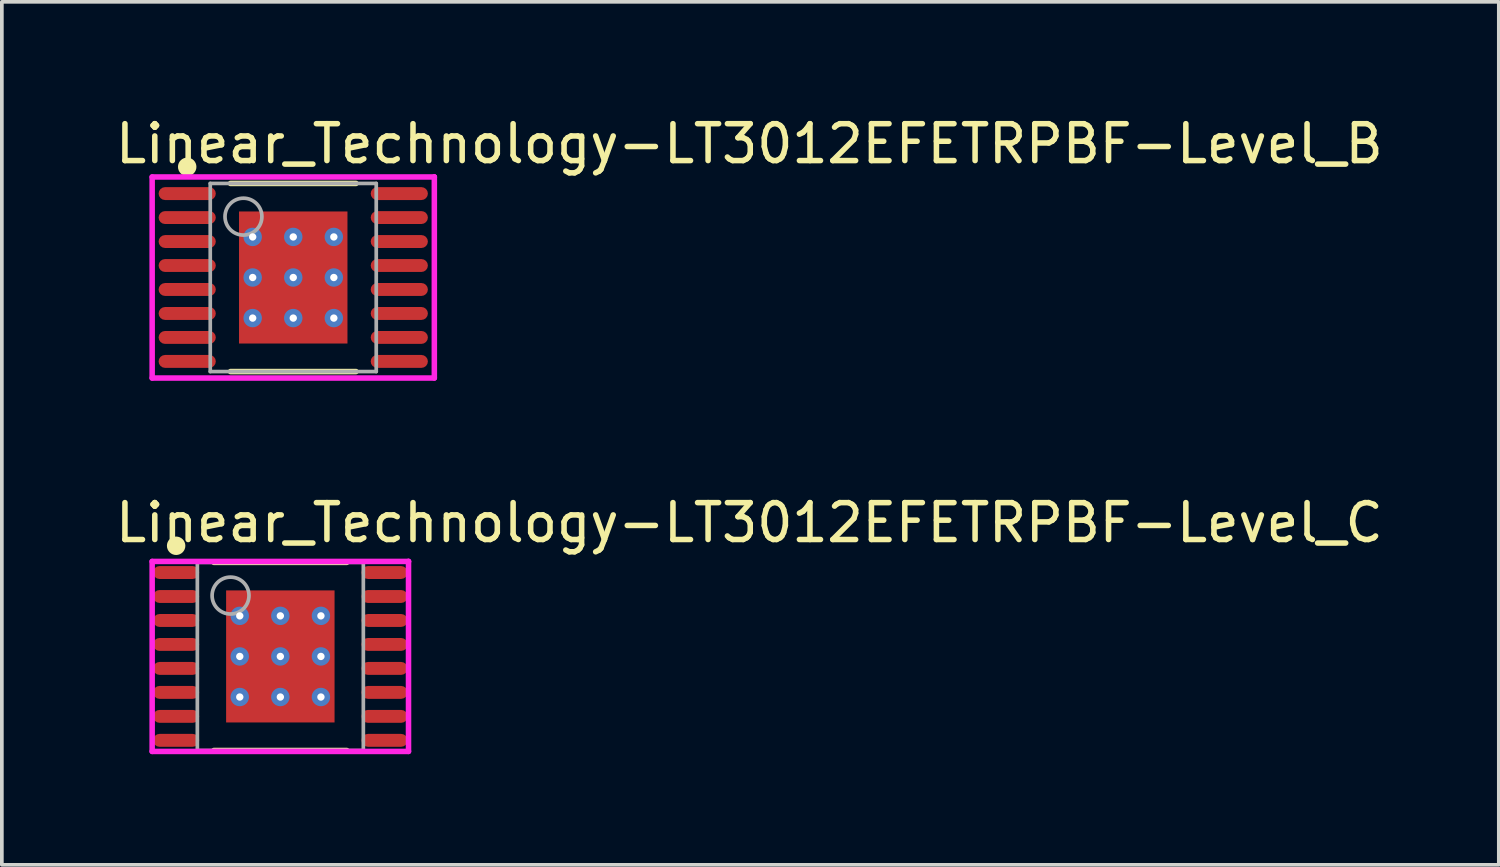
<source format=kicad_pcb>
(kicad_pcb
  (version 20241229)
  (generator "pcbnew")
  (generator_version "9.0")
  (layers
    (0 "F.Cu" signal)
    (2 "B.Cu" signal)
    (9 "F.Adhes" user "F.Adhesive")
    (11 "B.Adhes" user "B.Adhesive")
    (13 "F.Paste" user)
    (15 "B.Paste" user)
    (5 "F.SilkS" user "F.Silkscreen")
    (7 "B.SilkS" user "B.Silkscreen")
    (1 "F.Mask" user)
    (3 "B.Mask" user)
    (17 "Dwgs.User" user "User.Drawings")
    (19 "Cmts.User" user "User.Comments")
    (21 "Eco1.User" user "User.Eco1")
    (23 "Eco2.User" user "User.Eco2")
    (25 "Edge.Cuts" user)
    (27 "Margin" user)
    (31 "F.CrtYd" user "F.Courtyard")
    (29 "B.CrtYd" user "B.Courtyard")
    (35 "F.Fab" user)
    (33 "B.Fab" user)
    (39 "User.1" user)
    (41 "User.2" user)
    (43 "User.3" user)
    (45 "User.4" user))
  (footprint "Linear_Technology-LT3012EFETRPBF-Level_B"
    (layer "F.Cu")
    (at 4.9 4.473)
    (property "Reference" "Linear_Technology-LT3012EFETRPBF-Level_B" (at -4.9 -3.625 0) (layer "F.SilkS") (effects (font (size 1 1) (thickness 0.15)) (justify left)))
    (attr through_hole)
    (fp_line (start -1.7 -2.55) (end 1.7 -2.55) (stroke (width 0.15) (type solid)) (layer "F.SilkS"))
    (fp_line (start -1.7 2.55) (end 1.7 2.55) (stroke (width 0.15) (type solid)) (layer "F.SilkS"))
    (fp_circle (center -2.875 -3) (end -2.75 -3) (stroke (width 0.25) (type solid)) (fill no) (layer "F.SilkS"))
    (fp_line (start -3.825 -2.725) (end -3.825 2.725) (stroke (width 0.15) (type solid)) (layer "F.CrtYd"))
    (fp_line (start -3.825 2.725) (end 3.825 2.725) (stroke (width 0.15) (type solid)) (layer "F.CrtYd"))
    (fp_line (start 3.825 -2.725) (end -3.825 -2.725) (stroke (width 0.15) (type solid)) (layer "F.CrtYd"))
    (fp_line (start 3.825 -2.725) (end 3.825 -2.725) (stroke (width 0.15) (type solid)) (layer "F.CrtYd"))
    (fp_line (start 3.825 2.725) (end 3.825 -2.725) (stroke (width 0.15) (type solid)) (layer "F.CrtYd"))
    (fp_line (start -2.25 -2.55) (end 2.25 -2.55) (stroke (width 0.1) (type solid)) (layer "F.Fab"))
    (fp_line (start -2.25 2.55) (end -2.25 -2.55) (stroke (width 0.1) (type solid)) (layer "F.Fab"))
    (fp_line (start -2.25 2.55) (end 2.25 2.55) (stroke (width 0.1) (type solid)) (layer "F.Fab"))
    (fp_line (start 2.25 2.55) (end 2.25 -2.55) (stroke (width 0.1) (type solid)) (layer "F.Fab"))
    (fp_circle (center -1.35 -1.65) (end -0.85 -1.65) (stroke (width 0.1) (type solid)) (fill no) (layer "F.Fab"))
    (pad "1" smd roundrect (at -2.875 -0.975 270) (size 0.35 1.55) (layers "F.Cu" "F.Mask" "F.Paste") (roundrect_rratio 0.5))
    (pad "1" smd roundrect (at -2.875 -0.325 270) (size 0.35 1.55) (layers "F.Cu" "F.Mask" "F.Paste") (roundrect_rratio 0.5))
    (pad "2" smd roundrect (at -2.875 0.325 270) (size 0.35 1.55) (layers "F.Cu" "F.Mask" "F.Paste") (roundrect_rratio 0.5))
    (pad "3" smd roundrect (at -2.875 -2.275 270) (size 0.35 1.55) (layers "F.Cu" "F.Mask" "F.Paste") (roundrect_rratio 0.5))
    (pad "3" smd roundrect (at -2.875 0.975 270) (size 0.35 1.55) (layers "F.Cu" "F.Mask" "F.Paste") (roundrect_rratio 0.5))
    (pad "3" smd roundrect (at -2.875 2.275 270) (size 0.35 1.55) (layers "F.Cu" "F.Mask" "F.Paste") (roundrect_rratio 0.5))
    (pad "3" smd rect (at 0.000001 0) (size 2.94 3.58) (layers "F.Cu" "F.Mask" "F.Paste"))
    (pad "3" smd roundrect (at 2.875 -2.275 270) (size 0.35 1.55) (layers "F.Cu" "F.Mask" "F.Paste") (roundrect_rratio 0.5))
    (pad "3" smd roundrect (at 2.875 2.275 270) (size 0.35 1.55) (layers "F.Cu" "F.Mask" "F.Paste") (roundrect_rratio 0.5))
    (pad "4" smd roundrect (at 2.875 0.975 270) (size 0.35 1.55) (layers "F.Cu" "F.Mask" "F.Paste") (roundrect_rratio 0.5))
    (pad "5" smd roundrect (at 2.875 -0.975 270) (size 0.35 1.55) (layers "F.Cu" "F.Mask" "F.Paste") (roundrect_rratio 0.5))
    (pad "5" smd roundrect (at 2.875 -0.325 270) (size 0.35 1.55) (layers "F.Cu" "F.Mask" "F.Paste") (roundrect_rratio 0.5))
    (pad "6" smd roundrect (at -2.875 -1.625 270) (size 0.35 1.55) (layers "F.Cu" "F.Mask" "F.Paste") (roundrect_rratio 0.5))
    (pad "6" smd roundrect (at -2.875 1.625 270) (size 0.35 1.55) (layers "F.Cu" "F.Mask" "F.Paste") (roundrect_rratio 0.5))
    (pad "6" smd roundrect (at 2.875 -1.625 270) (size 0.35 1.55) (layers "F.Cu" "F.Mask" "F.Paste") (roundrect_rratio 0.5))
    (pad "6" smd roundrect (at 2.875 0.325 270) (size 0.35 1.55) (layers "F.Cu" "F.Mask" "F.Paste") (roundrect_rratio 0.5))
    (pad "6" smd roundrect (at 2.875 1.625 270) (size 0.35 1.55) (layers "F.Cu" "F.Mask" "F.Paste") (roundrect_rratio 0.5))
    (pad "~" thru_hole circle (at -1.1 -1.1) (size 0.5 0.5) (drill 0.2) (layers "*.Cu"))
    (pad "~" thru_hole circle (at -1.1 0) (size 0.5 0.5) (drill 0.2) (layers "*.Cu"))
    (pad "~" thru_hole circle (at -1.1 1.1) (size 0.5 0.5) (drill 0.2) (layers "*.Cu"))
    (pad "~" thru_hole circle (at 0 -1.1) (size 0.5 0.5) (drill 0.2) (layers "*.Cu"))
    (pad "~" thru_hole circle (at 0 0) (size 0.5 0.5) (drill 0.2) (layers "*.Cu"))
    (pad "~" thru_hole circle (at 0 1.1) (size 0.5 0.5) (drill 0.2) (layers "*.Cu"))
    (pad "~" thru_hole circle (at 1.1 -1.1) (size 0.5 0.5) (drill 0.2) (layers "*.Cu"))
    (pad "~" thru_hole circle (at 1.1 0) (size 0.5 0.5) (drill 0.2) (layers "*.Cu"))
    (pad "~" thru_hole circle (at 1.1 1.1) (size 0.5 0.5) (drill 0.2) (layers "*.Cu")))
  (footprint "Linear_Technology-LT3012EFETRPBF-Level_C"
    (layer "F.Cu")
    (at 4.55 14.746)
    (property "Reference" "Linear_Technology-LT3012EFETRPBF-Level_C" (at -4.55 -3.625 0) (layer "F.SilkS") (effects (font (size 1 1) (thickness 0.15)) (justify left)))
    (attr through_hole)
    (fp_line (start -1.8 -2.55) (end 1.8 -2.55) (stroke (width 0.15) (type solid)) (layer "F.SilkS"))
    (fp_line (start -1.8 2.55) (end 1.8 2.55) (stroke (width 0.15) (type solid)) (layer "F.SilkS"))
    (fp_circle (center -2.825 -3) (end -2.7 -3) (stroke (width 0.25) (type solid)) (fill no) (layer "F.SilkS"))
    (fp_line (start -3.475 -2.575) (end -3.475 2.575) (stroke (width 0.15) (type solid)) (layer "F.CrtYd"))
    (fp_line (start -3.475 2.575) (end 3.475 2.575) (stroke (width 0.15) (type solid)) (layer "F.CrtYd"))
    (fp_line (start 3.475 -2.575) (end -3.475 -2.575) (stroke (width 0.15) (type solid)) (layer "F.CrtYd"))
    (fp_line (start 3.475 -2.575) (end 3.475 -2.575) (stroke (width 0.15) (type solid)) (layer "F.CrtYd"))
    (fp_line (start 3.475 2.575) (end 3.475 -2.575) (stroke (width 0.15) (type solid)) (layer "F.CrtYd"))
    (fp_line (start -2.25 -2.55) (end 2.25 -2.55) (stroke (width 0.1) (type solid)) (layer "F.Fab"))
    (fp_line (start -2.25 2.55) (end -2.25 -2.55) (stroke (width 0.1) (type solid)) (layer "F.Fab"))
    (fp_line (start -2.25 2.55) (end 2.25 2.55) (stroke (width 0.1) (type solid)) (layer "F.Fab"))
    (fp_line (start 2.25 2.55) (end 2.25 -2.55) (stroke (width 0.1) (type solid)) (layer "F.Fab"))
    (fp_circle (center -1.35 -1.65) (end -0.85 -1.65) (stroke (width 0.1) (type solid)) (fill no) (layer "F.Fab"))
    (pad "1" smd roundrect (at -2.825 -2.275 270) (size 0.35 1.25) (layers "F.Cu" "F.Mask" "F.Paste") (roundrect_rratio 0.5))
    (pad "2" smd roundrect (at -2.825 -1.625 270) (size 0.35 1.25) (layers "F.Cu" "F.Mask" "F.Paste") (roundrect_rratio 0.5))
    (pad "3" smd roundrect (at -2.825 -0.975 270) (size 0.35 1.25) (layers "F.Cu" "F.Mask" "F.Paste") (roundrect_rratio 0.5))
    (pad "4" smd roundrect (at -2.825 -0.325 270) (size 0.35 1.25) (layers "F.Cu" "F.Mask" "F.Paste") (roundrect_rratio 0.5))
    (pad "5" smd roundrect (at -2.825 0.325 270) (size 0.35 1.25) (layers "F.Cu" "F.Mask" "F.Paste") (roundrect_rratio 0.5))
    (pad "6" smd roundrect (at -2.825 0.975 270) (size 0.35 1.25) (layers "F.Cu" "F.Mask" "F.Paste") (roundrect_rratio 0.5))
    (pad "7" smd roundrect (at -2.825 1.625 270) (size 0.35 1.25) (layers "F.Cu" "F.Mask" "F.Paste") (roundrect_rratio 0.5))
    (pad "8" smd roundrect (at -2.825 2.275 270) (size 0.35 1.25) (layers "F.Cu" "F.Mask" "F.Paste") (roundrect_rratio 0.5))
    (pad "9" smd roundrect (at 2.825 2.275 270) (size 0.35 1.25) (layers "F.Cu" "F.Mask" "F.Paste") (roundrect_rratio 0.5))
    (pad "10" smd roundrect (at 2.825 1.625 270) (size 0.35 1.25) (layers "F.Cu" "F.Mask" "F.Paste") (roundrect_rratio 0.5))
    (pad "11" smd roundrect (at 2.825 0.975 270) (size 0.35 1.25) (layers "F.Cu" "F.Mask" "F.Paste") (roundrect_rratio 0.5))
    (pad "12" smd roundrect (at 2.825 0.325 270) (size 0.35 1.25) (layers "F.Cu" "F.Mask" "F.Paste") (roundrect_rratio 0.5))
    (pad "13" smd roundrect (at 2.825 -0.325 270) (size 0.35 1.25) (layers "F.Cu" "F.Mask" "F.Paste") (roundrect_rratio 0.5))
    (pad "14" smd roundrect (at 2.825 -0.975 270) (size 0.35 1.25) (layers "F.Cu" "F.Mask" "F.Paste") (roundrect_rratio 0.5))
    (pad "15" smd roundrect (at 2.825 -1.625 270) (size 0.35 1.25) (layers "F.Cu" "F.Mask" "F.Paste") (roundrect_rratio 0.5))
    (pad "16" smd roundrect (at 2.825 -2.275 270) (size 0.35 1.25) (layers "F.Cu" "F.Mask" "F.Paste") (roundrect_rratio 0.5))
    (pad "17" smd rect (at 0.000001 0) (size 2.94 3.58) (layers "F.Cu" "F.Mask" "F.Paste"))
    (pad "~" thru_hole circle (at -1.1 -1.1) (size 0.5 0.5) (drill 0.2) (layers "*.Cu"))
    (pad "~" thru_hole circle (at -1.1 0) (size 0.5 0.5) (drill 0.2) (layers "*.Cu"))
    (pad "~" thru_hole circle (at -1.1 1.1) (size 0.5 0.5) (drill 0.2) (layers "*.Cu"))
    (pad "~" thru_hole circle (at 0 -1.1) (size 0.5 0.5) (drill 0.2) (layers "*.Cu"))
    (pad "~" thru_hole circle (at 0 0) (size 0.5 0.5) (drill 0.2) (layers "*.Cu"))
    (pad "~" thru_hole circle (at 0 1.1) (size 0.5 0.5) (drill 0.2) (layers "*.Cu"))
    (pad "~" thru_hole circle (at 1.1 -1.1) (size 0.5 0.5) (drill 0.2) (layers "*.Cu"))
    (pad "~" thru_hole circle (at 1.1 0) (size 0.5 0.5) (drill 0.2) (layers "*.Cu"))
    (pad "~" thru_hole circle (at 1.1 1.1) (size 0.5 0.5) (drill 0.2) (layers "*.Cu")))
  (gr_rect
    (start -3 -3)
    (end 37.583 20.396)
    (stroke (width 0.1) (type default))
    (fill no)
    (layer "Edge.Cuts")))
</source>
